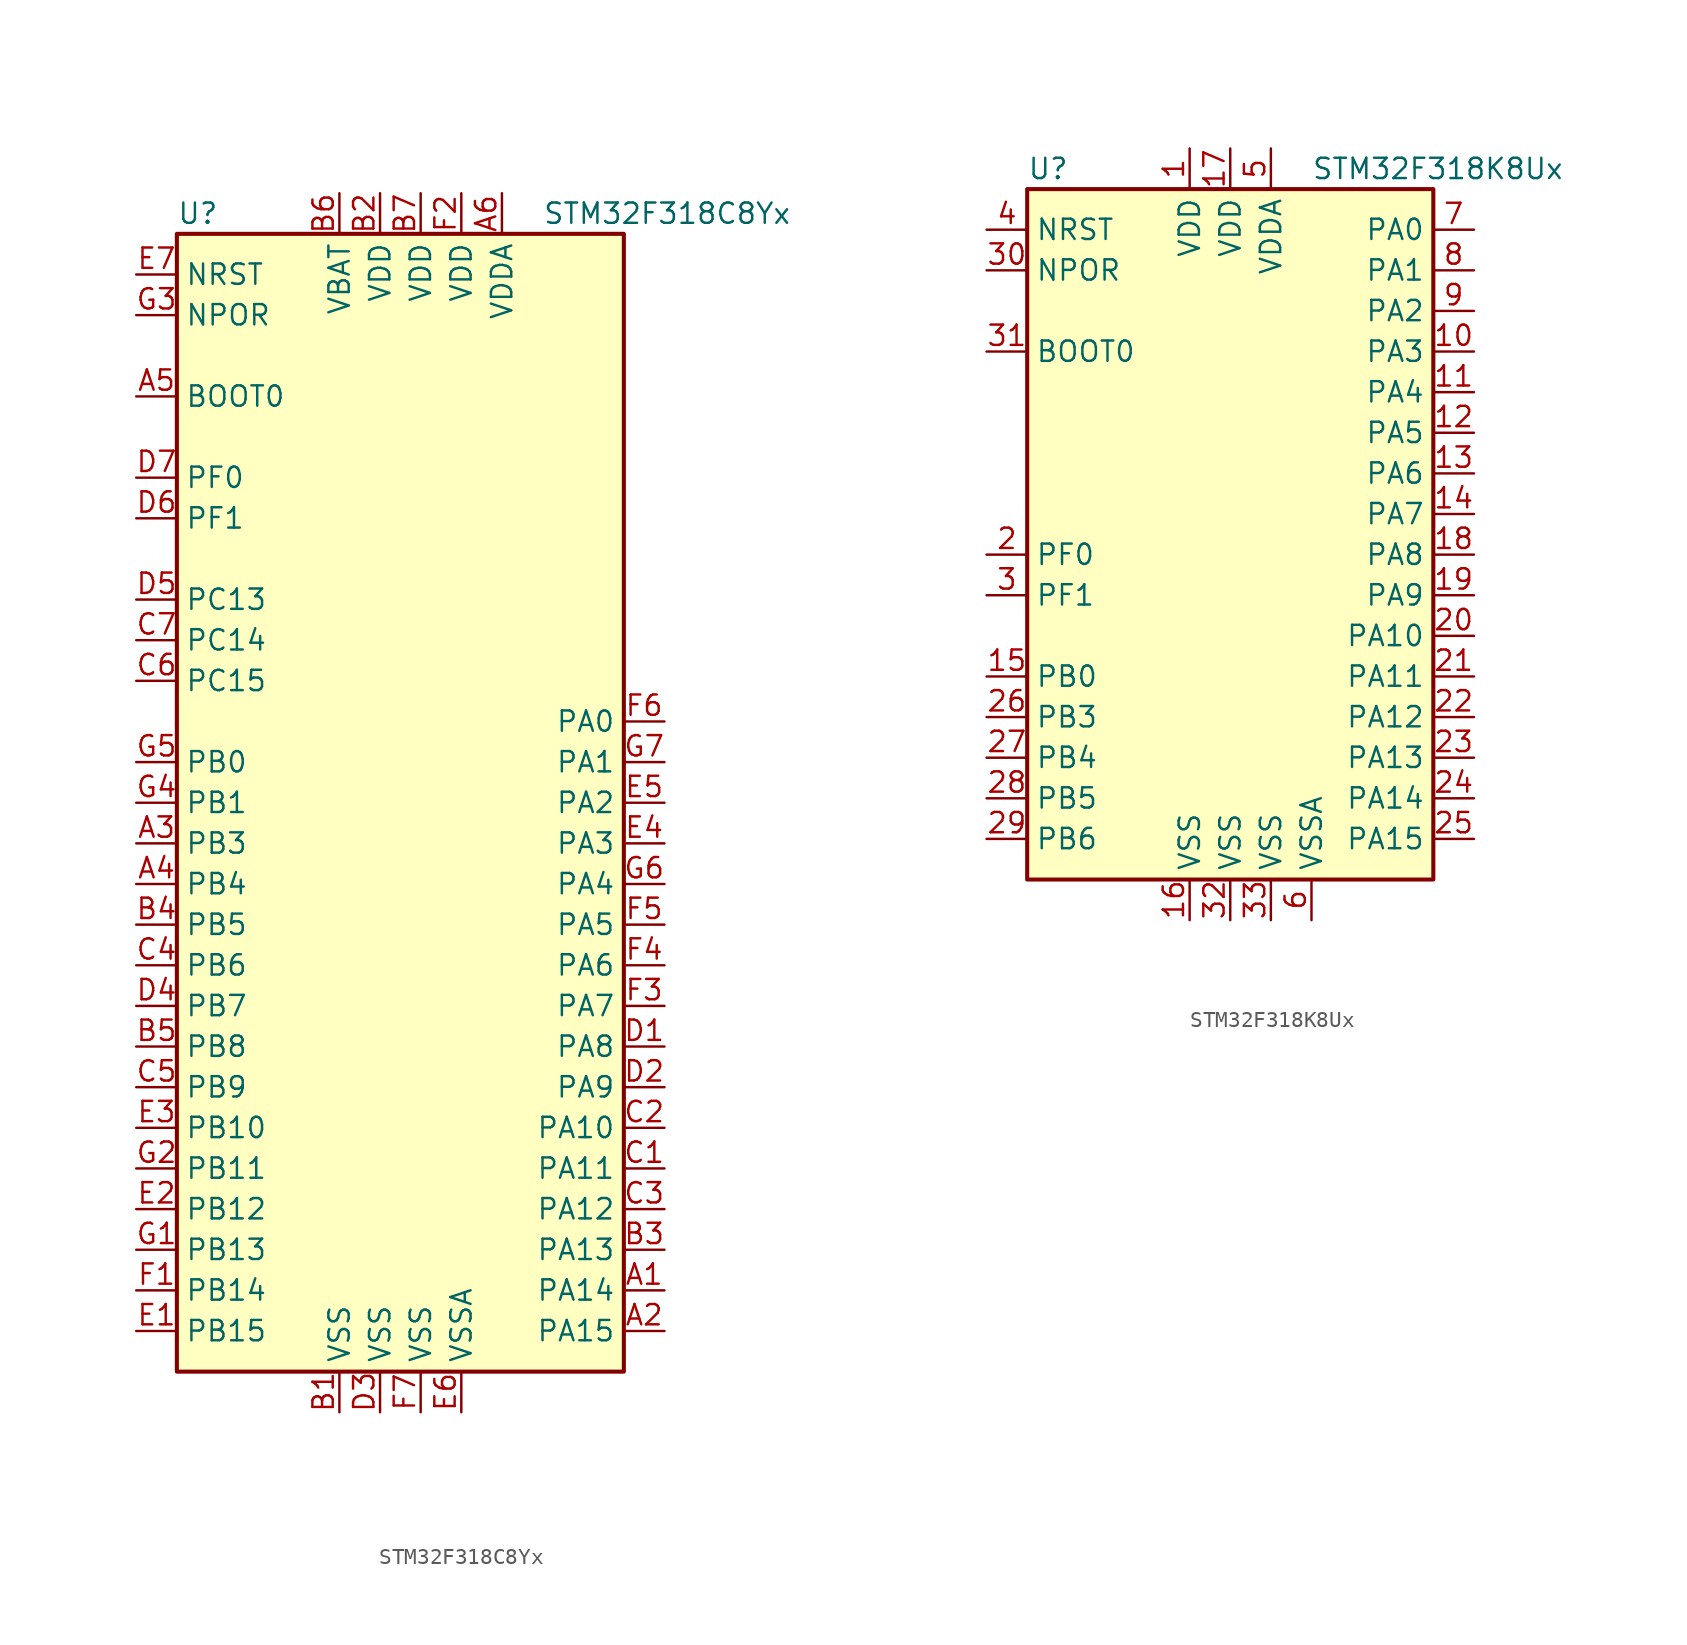
<source format=kicad_sym>
(kicad_symbol_lib
  (version 20201005)
  (generator kicad_symbol_editor)
  (symbol "STM32F318C8Yx"
    (property "Reference" "U"
      (at -15.24 36.83 0)
      (effects (font (size 1.27 1.27)) (justify left)))
    (property "Value" "STM32F318C8Yx"
      (at 7.62 36.83 0)
      (effects (font (size 1.27 1.27)) (justify left)))
    (symbol "STM32F318C8Yx_0_1"
      (rectangle (start -15.24 -35.56) (end 12.7 35.56) (stroke (width 0.254)) (fill (type background))))
    (symbol "STM32F318C8Yx_1_1"
      (pin input line (at -17.78 25.4 0) (length 2.54) (name "BOOT0" (effects (font (size 1.27 1.27)))) (number "A5" (effects (font (size 1.27 1.27)))))
      (pin no_connect line (at -15.24 -33.02 0) (length 2.54) hide (name "NC" (effects (font (size 1.27 1.27)))) (number "A7" (effects (font (size 1.27 1.27)))))
      (pin input line (at -17.78 30.48 0) (length 2.54) (name "NPOR" (effects (font (size 1.27 1.27)))) (number "G3" (effects (font (size 1.27 1.27)))))
      (pin input line (at -17.78 33.02 0) (length 2.54) (name "NRST" (effects (font (size 1.27 1.27)))) (number "E7" (effects (font (size 1.27 1.27)))))
      (pin bidirectional line (at 15.24 5.08 180) (length 2.54) (name "PA0" (effects (font (size 1.27 1.27)))) (number "F6" (effects (font (size 1.27 1.27)))))
      (pin bidirectional line (at 15.24 2.54 180) (length 2.54) (name "PA1" (effects (font (size 1.27 1.27)))) (number "G7" (effects (font (size 1.27 1.27)))))
      (pin bidirectional line (at 15.24 -20.32 180) (length 2.54) (name "PA10" (effects (font (size 1.27 1.27)))) (number "C2" (effects (font (size 1.27 1.27)))))
      (pin bidirectional line (at 15.24 -22.86 180) (length 2.54) (name "PA11" (effects (font (size 1.27 1.27)))) (number "C1" (effects (font (size 1.27 1.27)))))
      (pin bidirectional line (at 15.24 -25.4 180) (length 2.54) (name "PA12" (effects (font (size 1.27 1.27)))) (number "C3" (effects (font (size 1.27 1.27)))))
      (pin bidirectional line (at 15.24 -27.94 180) (length 2.54) (name "PA13" (effects (font (size 1.27 1.27)))) (number "B3" (effects (font (size 1.27 1.27)))))
      (pin bidirectional line (at 15.24 -30.48 180) (length 2.54) (name "PA14" (effects (font (size 1.27 1.27)))) (number "A1" (effects (font (size 1.27 1.27)))))
      (pin bidirectional line (at 15.24 -33.02 180) (length 2.54) (name "PA15" (effects (font (size 1.27 1.27)))) (number "A2" (effects (font (size 1.27 1.27)))))
      (pin bidirectional line (at 15.24 0 180) (length 2.54) (name "PA2" (effects (font (size 1.27 1.27)))) (number "E5" (effects (font (size 1.27 1.27)))))
      (pin bidirectional line (at 15.24 -2.54 180) (length 2.54) (name "PA3" (effects (font (size 1.27 1.27)))) (number "E4" (effects (font (size 1.27 1.27)))))
      (pin bidirectional line (at 15.24 -5.08 180) (length 2.54) (name "PA4" (effects (font (size 1.27 1.27)))) (number "G6" (effects (font (size 1.27 1.27)))))
      (pin bidirectional line (at 15.24 -7.62 180) (length 2.54) (name "PA5" (effects (font (size 1.27 1.27)))) (number "F5" (effects (font (size 1.27 1.27)))))
      (pin bidirectional line (at 15.24 -10.16 180) (length 2.54) (name "PA6" (effects (font (size 1.27 1.27)))) (number "F4" (effects (font (size 1.27 1.27)))))
      (pin bidirectional line (at 15.24 -12.7 180) (length 2.54) (name "PA7" (effects (font (size 1.27 1.27)))) (number "F3" (effects (font (size 1.27 1.27)))))
      (pin bidirectional line (at 15.24 -15.24 180) (length 2.54) (name "PA8" (effects (font (size 1.27 1.27)))) (number "D1" (effects (font (size 1.27 1.27)))))
      (pin bidirectional line (at 15.24 -17.78 180) (length 2.54) (name "PA9" (effects (font (size 1.27 1.27)))) (number "D2" (effects (font (size 1.27 1.27)))))
      (pin bidirectional line (at -17.78 2.54 0) (length 2.54) (name "PB0" (effects (font (size 1.27 1.27)))) (number "G5" (effects (font (size 1.27 1.27)))))
      (pin bidirectional line (at -17.78 0 0) (length 2.54) (name "PB1" (effects (font (size 1.27 1.27)))) (number "G4" (effects (font (size 1.27 1.27)))))
      (pin bidirectional line (at -17.78 -20.32 0) (length 2.54) (name "PB10" (effects (font (size 1.27 1.27)))) (number "E3" (effects (font (size 1.27 1.27)))))
      (pin bidirectional line (at -17.78 -22.86 0) (length 2.54) (name "PB11" (effects (font (size 1.27 1.27)))) (number "G2" (effects (font (size 1.27 1.27)))))
      (pin bidirectional line (at -17.78 -25.4 0) (length 2.54) (name "PB12" (effects (font (size 1.27 1.27)))) (number "E2" (effects (font (size 1.27 1.27)))))
      (pin bidirectional line (at -17.78 -27.94 0) (length 2.54) (name "PB13" (effects (font (size 1.27 1.27)))) (number "G1" (effects (font (size 1.27 1.27)))))
      (pin bidirectional line (at -17.78 -30.48 0) (length 2.54) (name "PB14" (effects (font (size 1.27 1.27)))) (number "F1" (effects (font (size 1.27 1.27)))))
      (pin bidirectional line (at -17.78 -33.02 0) (length 2.54) (name "PB15" (effects (font (size 1.27 1.27)))) (number "E1" (effects (font (size 1.27 1.27)))))
      (pin bidirectional line (at -17.78 -2.54 0) (length 2.54) (name "PB3" (effects (font (size 1.27 1.27)))) (number "A3" (effects (font (size 1.27 1.27)))))
      (pin bidirectional line (at -17.78 -5.08 0) (length 2.54) (name "PB4" (effects (font (size 1.27 1.27)))) (number "A4" (effects (font (size 1.27 1.27)))))
      (pin bidirectional line (at -17.78 -7.62 0) (length 2.54) (name "PB5" (effects (font (size 1.27 1.27)))) (number "B4" (effects (font (size 1.27 1.27)))))
      (pin bidirectional line (at -17.78 -10.16 0) (length 2.54) (name "PB6" (effects (font (size 1.27 1.27)))) (number "C4" (effects (font (size 1.27 1.27)))))
      (pin bidirectional line (at -17.78 -12.7 0) (length 2.54) (name "PB7" (effects (font (size 1.27 1.27)))) (number "D4" (effects (font (size 1.27 1.27)))))
      (pin bidirectional line (at -17.78 -15.24 0) (length 2.54) (name "PB8" (effects (font (size 1.27 1.27)))) (number "B5" (effects (font (size 1.27 1.27)))))
      (pin bidirectional line (at -17.78 -17.78 0) (length 2.54) (name "PB9" (effects (font (size 1.27 1.27)))) (number "C5" (effects (font (size 1.27 1.27)))))
      (pin bidirectional line (at -17.78 12.7 0) (length 2.54) (name "PC13" (effects (font (size 1.27 1.27)))) (number "D5" (effects (font (size 1.27 1.27)))))
      (pin bidirectional line (at -17.78 10.16 0) (length 2.54) (name "PC14" (effects (font (size 1.27 1.27)))) (number "C7" (effects (font (size 1.27 1.27)))))
      (pin bidirectional line (at -17.78 7.62 0) (length 2.54) (name "PC15" (effects (font (size 1.27 1.27)))) (number "C6" (effects (font (size 1.27 1.27)))))
      (pin input line (at -17.78 20.32 0) (length 2.54) (name "PF0" (effects (font (size 1.27 1.27)))) (number "D7" (effects (font (size 1.27 1.27)))))
      (pin input line (at -17.78 17.78 0) (length 2.54) (name "PF1" (effects (font (size 1.27 1.27)))) (number "D6" (effects (font (size 1.27 1.27)))))
      (pin power_in line (at -5.08 38.1 270) (length 2.54) (name "VBAT" (effects (font (size 1.27 1.27)))) (number "B6" (effects (font (size 1.27 1.27)))))
      (pin power_in line (at -2.54 38.1 270) (length 2.54) (name "VDD" (effects (font (size 1.27 1.27)))) (number "B2" (effects (font (size 1.27 1.27)))))
      (pin power_in line (at 0 38.1 270) (length 2.54) (name "VDD" (effects (font (size 1.27 1.27)))) (number "B7" (effects (font (size 1.27 1.27)))))
      (pin power_in line (at 2.54 38.1 270) (length 2.54) (name "VDD" (effects (font (size 1.27 1.27)))) (number "F2" (effects (font (size 1.27 1.27)))))
      (pin power_in line (at 5.08 38.1 270) (length 2.54) (name "VDDA" (effects (font (size 1.27 1.27)))) (number "A6" (effects (font (size 1.27 1.27)))))
      (pin power_in line (at -5.08 -38.1 90) (length 2.54) (name "VSS" (effects (font (size 1.27 1.27)))) (number "B1" (effects (font (size 1.27 1.27)))))
      (pin power_in line (at -2.54 -38.1 90) (length 2.54) (name "VSS" (effects (font (size 1.27 1.27)))) (number "D3" (effects (font (size 1.27 1.27)))))
      (pin power_in line (at 0 -38.1 90) (length 2.54) (name "VSS" (effects (font (size 1.27 1.27)))) (number "F7" (effects (font (size 1.27 1.27)))))
      (pin power_in line (at 2.54 -38.1 90) (length 2.54) (name "VSSA" (effects (font (size 1.27 1.27)))) (number "E6" (effects (font (size 1.27 1.27)))))))
  (symbol "STM32F318K8Ux"
    (property "Reference" "U"
      (at -12.7 21.59 0)
      (effects (font (size 1.27 1.27)) (justify left)))
    (property "Value" "STM32F318K8Ux"
      (at 5.08 21.59 0)
      (effects (font (size 1.27 1.27)) (justify left)))
    (symbol "STM32F318K8Ux_0_1"
      (rectangle (start -12.7 -22.86) (end 12.7 20.32) (stroke (width 0.254)) (fill (type background))))
    (symbol "STM32F318K8Ux_1_1"
      (pin input line (at -15.24 10.16 0) (length 2.54) (name "BOOT0" (effects (font (size 1.27 1.27)))) (number "31" (effects (font (size 1.27 1.27)))))
      (pin input line (at -15.24 15.24 0) (length 2.54) (name "NPOR" (effects (font (size 1.27 1.27)))) (number "30" (effects (font (size 1.27 1.27)))))
      (pin input line (at -15.24 17.78 0) (length 2.54) (name "NRST" (effects (font (size 1.27 1.27)))) (number "4" (effects (font (size 1.27 1.27)))))
      (pin bidirectional line (at 15.24 17.78 180) (length 2.54) (name "PA0" (effects (font (size 1.27 1.27)))) (number "7" (effects (font (size 1.27 1.27)))))
      (pin bidirectional line (at 15.24 15.24 180) (length 2.54) (name "PA1" (effects (font (size 1.27 1.27)))) (number "8" (effects (font (size 1.27 1.27)))))
      (pin bidirectional line (at 15.24 -7.62 180) (length 2.54) (name "PA10" (effects (font (size 1.27 1.27)))) (number "20" (effects (font (size 1.27 1.27)))))
      (pin bidirectional line (at 15.24 -10.16 180) (length 2.54) (name "PA11" (effects (font (size 1.27 1.27)))) (number "21" (effects (font (size 1.27 1.27)))))
      (pin bidirectional line (at 15.24 -12.7 180) (length 2.54) (name "PA12" (effects (font (size 1.27 1.27)))) (number "22" (effects (font (size 1.27 1.27)))))
      (pin bidirectional line (at 15.24 -15.24 180) (length 2.54) (name "PA13" (effects (font (size 1.27 1.27)))) (number "23" (effects (font (size 1.27 1.27)))))
      (pin bidirectional line (at 15.24 -17.78 180) (length 2.54) (name "PA14" (effects (font (size 1.27 1.27)))) (number "24" (effects (font (size 1.27 1.27)))))
      (pin bidirectional line (at 15.24 -20.32 180) (length 2.54) (name "PA15" (effects (font (size 1.27 1.27)))) (number "25" (effects (font (size 1.27 1.27)))))
      (pin bidirectional line (at 15.24 12.7 180) (length 2.54) (name "PA2" (effects (font (size 1.27 1.27)))) (number "9" (effects (font (size 1.27 1.27)))))
      (pin bidirectional line (at 15.24 10.16 180) (length 2.54) (name "PA3" (effects (font (size 1.27 1.27)))) (number "10" (effects (font (size 1.27 1.27)))))
      (pin bidirectional line (at 15.24 7.62 180) (length 2.54) (name "PA4" (effects (font (size 1.27 1.27)))) (number "11" (effects (font (size 1.27 1.27)))))
      (pin bidirectional line (at 15.24 5.08 180) (length 2.54) (name "PA5" (effects (font (size 1.27 1.27)))) (number "12" (effects (font (size 1.27 1.27)))))
      (pin bidirectional line (at 15.24 2.54 180) (length 2.54) (name "PA6" (effects (font (size 1.27 1.27)))) (number "13" (effects (font (size 1.27 1.27)))))
      (pin bidirectional line (at 15.24 0 180) (length 2.54) (name "PA7" (effects (font (size 1.27 1.27)))) (number "14" (effects (font (size 1.27 1.27)))))
      (pin bidirectional line (at 15.24 -2.54 180) (length 2.54) (name "PA8" (effects (font (size 1.27 1.27)))) (number "18" (effects (font (size 1.27 1.27)))))
      (pin bidirectional line (at 15.24 -5.08 180) (length 2.54) (name "PA9" (effects (font (size 1.27 1.27)))) (number "19" (effects (font (size 1.27 1.27)))))
      (pin bidirectional line (at -15.24 -10.16 0) (length 2.54) (name "PB0" (effects (font (size 1.27 1.27)))) (number "15" (effects (font (size 1.27 1.27)))))
      (pin bidirectional line (at -15.24 -12.7 0) (length 2.54) (name "PB3" (effects (font (size 1.27 1.27)))) (number "26" (effects (font (size 1.27 1.27)))))
      (pin bidirectional line (at -15.24 -15.24 0) (length 2.54) (name "PB4" (effects (font (size 1.27 1.27)))) (number "27" (effects (font (size 1.27 1.27)))))
      (pin bidirectional line (at -15.24 -17.78 0) (length 2.54) (name "PB5" (effects (font (size 1.27 1.27)))) (number "28" (effects (font (size 1.27 1.27)))))
      (pin bidirectional line (at -15.24 -20.32 0) (length 2.54) (name "PB6" (effects (font (size 1.27 1.27)))) (number "29" (effects (font (size 1.27 1.27)))))
      (pin input line (at -15.24 -2.54 0) (length 2.54) (name "PF0" (effects (font (size 1.27 1.27)))) (number "2" (effects (font (size 1.27 1.27)))))
      (pin input line (at -15.24 -5.08 0) (length 2.54) (name "PF1" (effects (font (size 1.27 1.27)))) (number "3" (effects (font (size 1.27 1.27)))))
      (pin power_in line (at -2.54 22.86 270) (length 2.54) (name "VDD" (effects (font (size 1.27 1.27)))) (number "1" (effects (font (size 1.27 1.27)))))
      (pin power_in line (at 0 22.86 270) (length 2.54) (name "VDD" (effects (font (size 1.27 1.27)))) (number "17" (effects (font (size 1.27 1.27)))))
      (pin power_in line (at 2.54 22.86 270) (length 2.54) (name "VDDA" (effects (font (size 1.27 1.27)))) (number "5" (effects (font (size 1.27 1.27)))))
      (pin power_in line (at -2.54 -25.4 90) (length 2.54) (name "VSS" (effects (font (size 1.27 1.27)))) (number "16" (effects (font (size 1.27 1.27)))))
      (pin power_in line (at 0 -25.4 90) (length 2.54) (name "VSS" (effects (font (size 1.27 1.27)))) (number "32" (effects (font (size 1.27 1.27)))))
      (pin power_in line (at 2.54 -25.4 90) (length 2.54) (name "VSS" (effects (font (size 1.27 1.27)))) (number "33" (effects (font (size 1.27 1.27)))))
      (pin power_in line (at 5.08 -25.4 90) (length 2.54) (name "VSSA" (effects (font (size 1.27 1.27)))) (number "6" (effects (font (size 1.27 1.27))))))))
</source>
